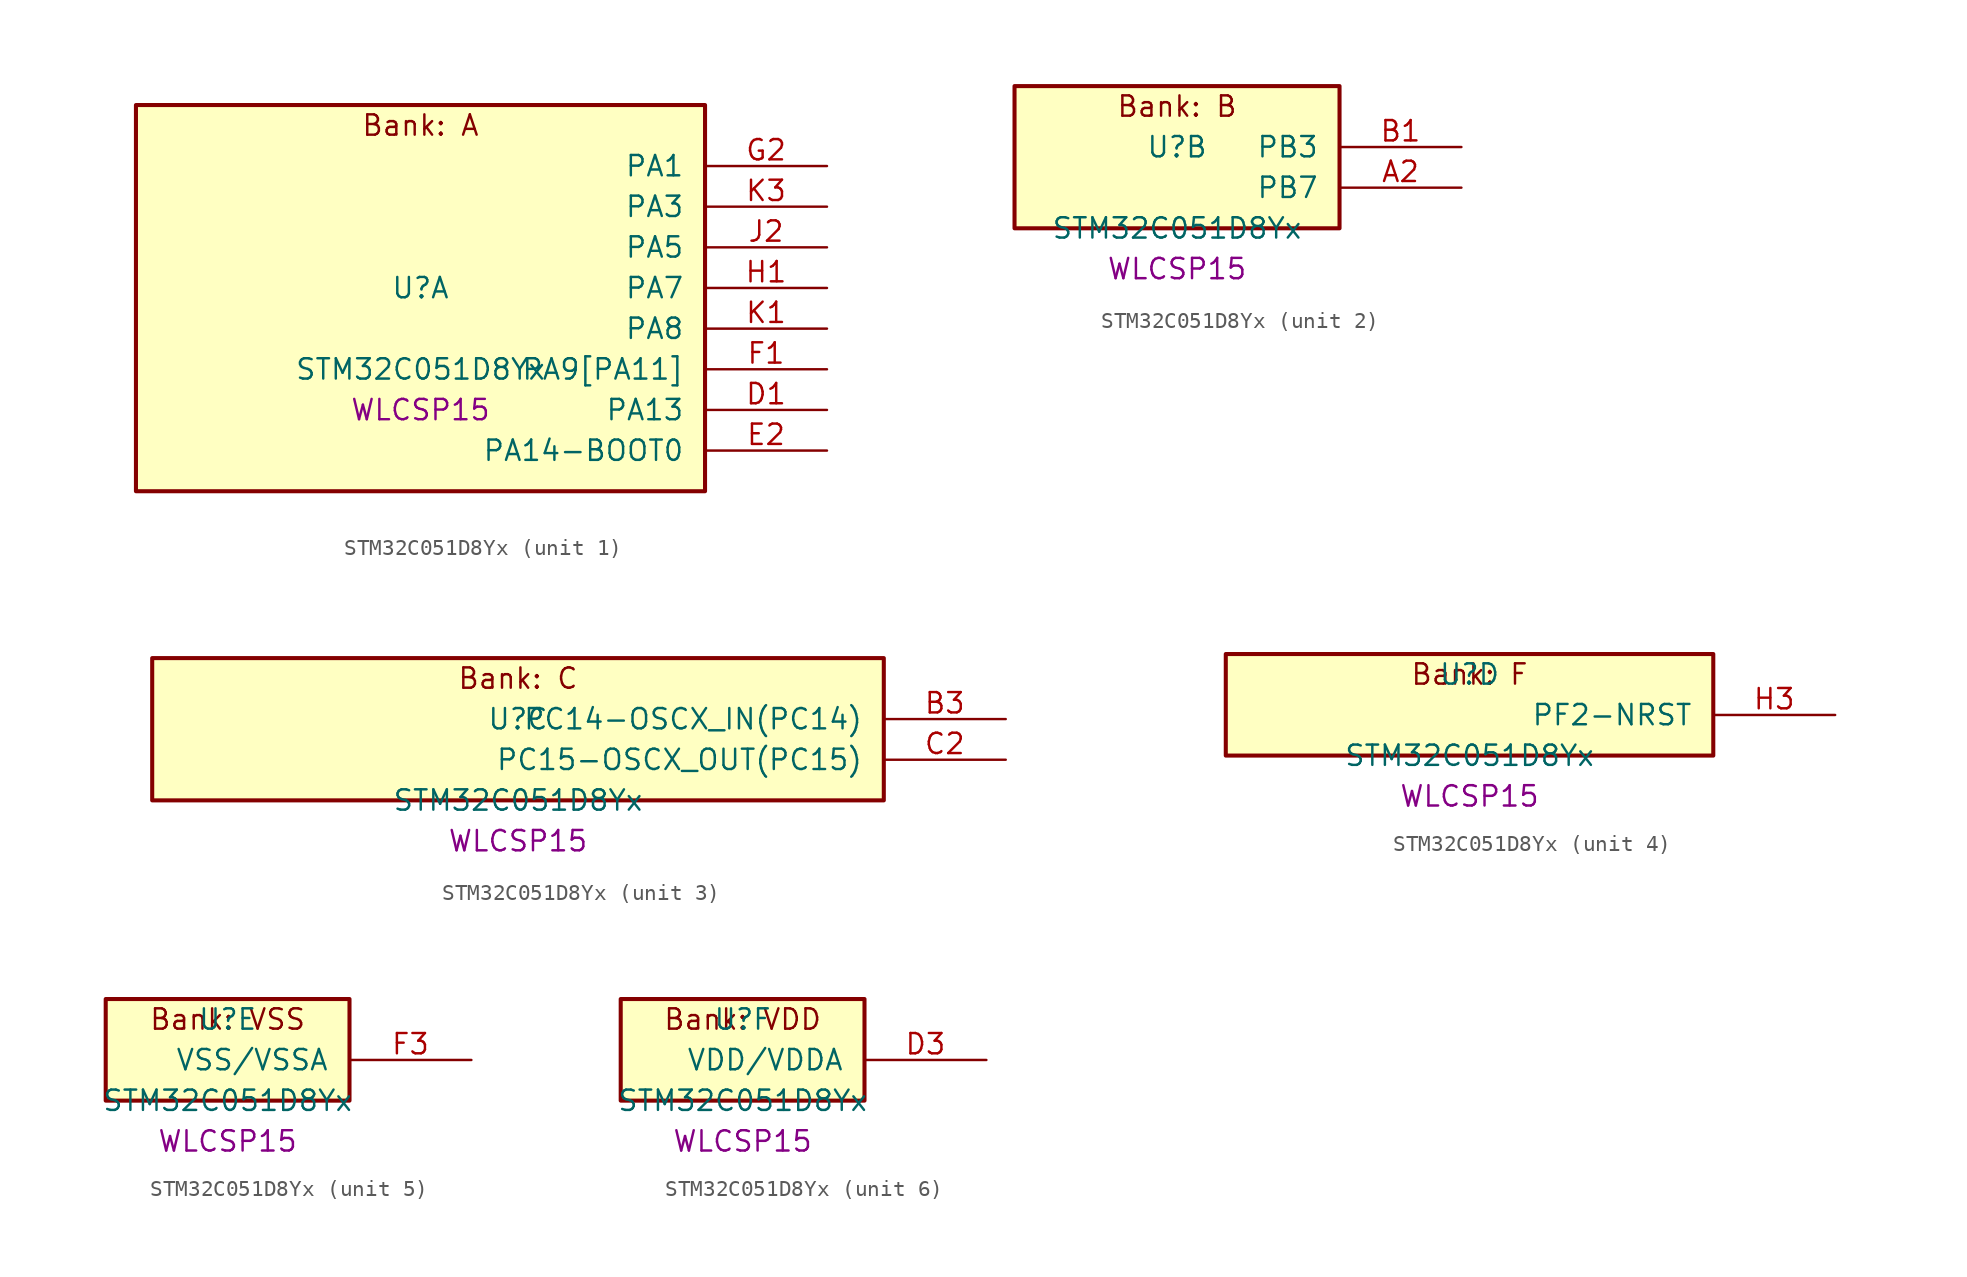
<source format=kicad_sym>
(kicad_symbol_lib
  (version 20241209)
  (generator "stm32_pkl_generator")
  (generator_version "1.0")
  (symbol "STM32C051D8Yx"
    (pin_names
      (offset 1.27))
    (property "Reference" "U"
      (at 0 2.54 0))
    (property "Value" "STM32C051D8Yx"
      (at 0 -2.54 0))
    (property "Footprint" "WLCSP15"
      (at 0 -5.08 0))
    (symbol "STM32C051D8Yx_1_1"
      (rectangle (start -17.78 13.97) (end 17.78 -10.16) (stroke (width 0.254) (type solid)) (fill (type background)))
      (text "Bank: A" (at 0 12.7 0))
      (pin bidirectional line (at 25.4 10.16 180) (length 7.62) (name "PA1") (number "G2") (alternate "PA1/ADC1_IN1" bidirectional line) (alternate "PA1/I2C1_SMBA" bidirectional line) (alternate "PA1/I2S1_CK" bidirectional line) (alternate "PA1/SPI1_SCK" bidirectional line) (alternate "PA1/TIM17_CH1" bidirectional line) (alternate "PA1/TIM1_CH2" bidirectional line) (alternate "PA1/TIM2_CH2" bidirectional line) (alternate "PA1/USART1_RX" bidirectional line) (alternate "PA1/USART2_CK" bidirectional line) (alternate "PA1/USART2_DE" bidirectional line) (alternate "PA1/USART2_RTS" bidirectional line) (alternate "PA1/PA2" bidirectional line) (alternate "PA1/ADC1_IN2" bidirectional line) (alternate "PA1/I2S1_SD" bidirectional line) (alternate "PA1/PWR_WKUP4" bidirectional line) (alternate "PA1/RCC_LSCO" bidirectional line) (alternate "PA1/SPI1_MOSI" bidirectional line) (alternate "PA1/TIM16_CH1N" bidirectional line) (alternate "PA1/TIM1_CH3" bidirectional line) (alternate "PA1/TIM2_CH3" bidirectional line) (alternate "PA1/TIM3_ETR" bidirectional line) (alternate "PA1/USART2_TX" bidirectional line))
      (pin bidirectional line (at 25.4 7.62 180) (length 7.62) (name "PA3") (number "K3") (alternate "PA3/ADC1_IN3" bidirectional line) (alternate "PA3/SPI2_MISO" bidirectional line) (alternate "PA3/TIM1_CH1N" bidirectional line) (alternate "PA3/TIM1_CH4" bidirectional line) (alternate "PA3/TIM2_CH4" bidirectional line) (alternate "PA3/USART2_RX" bidirectional line) (alternate "PA3/PA4" bidirectional line) (alternate "PA3/ADC1_IN4" bidirectional line) (alternate "PA3/I2S1_WS" bidirectional line) (alternate "PA3/PWR_WKUP2" bidirectional line) (alternate "PA3/RTC_OUT1" bidirectional line) (alternate "PA3/RTC_TS" bidirectional line) (alternate "PA3/SPI1_NSS" bidirectional line) (alternate "PA3/SPI2_MOSI" bidirectional line) (alternate "PA3/TIM14_CH1" bidirectional line) (alternate "PA3/TIM17_CH1N" bidirectional line) (alternate "PA3/TIM1_CH2N" bidirectional line) (alternate "PA3/USART2_TX" bidirectional line))
      (pin bidirectional line (at 25.4 5.08 180) (length 7.62) (name "PA5") (number "J2") (alternate "PA5/ADC1_IN5" bidirectional line) (alternate "PA5/I2S1_CK" bidirectional line) (alternate "PA5/SPI1_SCK" bidirectional line) (alternate "PA5/TIM1_CH1" bidirectional line) (alternate "PA5/TIM1_CH3N" bidirectional line) (alternate "PA5/TIM2_CH1" bidirectional line) (alternate "PA5/TIM2_ETR" bidirectional line) (alternate "PA5/USART2_RX" bidirectional line) (alternate "PA5/PA6" bidirectional line) (alternate "PA5/ADC1_IN6" bidirectional line) (alternate "PA5/I2C2_SDA" bidirectional line) (alternate "PA5/I2S1_MCK" bidirectional line) (alternate "PA5/SPI1_MISO" bidirectional line) (alternate "PA5/TIM16_CH1" bidirectional line) (alternate "PA5/TIM1_BKIN" bidirectional line) (alternate "PA5/TIM3_CH1" bidirectional line) (alternate "PA5/USART1_TX" bidirectional line))
      (pin bidirectional line (at 25.4 2.54 180) (length 7.62) (name "PA7") (number "H1") (alternate "PA7/ADC1_IN7" bidirectional line) (alternate "PA7/I2C2_SCL" bidirectional line) (alternate "PA7/I2S1_SD" bidirectional line) (alternate "PA7/SPI1_MOSI" bidirectional line) (alternate "PA7/TIM14_CH1" bidirectional line) (alternate "PA7/TIM17_CH1" bidirectional line) (alternate "PA7/TIM1_CH1N" bidirectional line) (alternate "PA7/TIM3_CH2" bidirectional line) (alternate "PA7/USART1_RX" bidirectional line) (alternate "PA7/PA10[PA12]" bidirectional line) (alternate "PA7/I2C1_SDA" bidirectional line) (alternate "PA7/I2C2_SDA" bidirectional line) (alternate "PA7/RCC_MCO_2" bidirectional line) (alternate "PA7/SPI2_MOSI" bidirectional line) (alternate "PA7/TIM17_BKIN" bidirectional line) (alternate "PA7/TIM1_CH3" bidirectional line) (alternate "PA7/PA12[PA10]" bidirectional line) (alternate "PA7/ADC1_IN12" bidirectional line) (alternate "PA7/I2S_CKIN" bidirectional line) (alternate "PA7/TIM1_ETR" bidirectional line) (alternate "PA7/USART1_CK" bidirectional line) (alternate "PA7/USART1_DE" bidirectional line) (alternate "PA7/USART1_RTS" bidirectional line))
      (pin bidirectional line (at 25.4 0 180) (length 7.62) (name "PA8") (number "K1") (alternate "PA8/ADC1_IN8" bidirectional line) (alternate "PA8/I2S1_WS" bidirectional line) (alternate "PA8/RCC_MCO" bidirectional line) (alternate "PA8/RCC_MCO_2" bidirectional line) (alternate "PA8/SPI1_NSS" bidirectional line) (alternate "PA8/SPI2_MISO" bidirectional line) (alternate "PA8/SPI2_NSS" bidirectional line) (alternate "PA8/TIM14_CH1" bidirectional line) (alternate "PA8/TIM1_CH1" bidirectional line) (alternate "PA8/TIM1_CH2N" bidirectional line) (alternate "PA8/TIM1_CH3N" bidirectional line) (alternate "PA8/TIM3_CH3" bidirectional line) (alternate "PA8/TIM3_CH4" bidirectional line) (alternate "PA8/USART1_RX" bidirectional line) (alternate "PA8/USART2_TX" bidirectional line))
      (pin bidirectional line (at 25.4 -2.54 180) (length 7.62) (name "PA9[PA11]") (number "F1") (alternate "PA9[PA11]/I2C1_SCL" bidirectional line) (alternate "PA9[PA11]/I2C2_SCL" bidirectional line) (alternate "PA9[PA11]/RCC_MCO" bidirectional line) (alternate "PA9[PA11]/SPI2_MISO" bidirectional line) (alternate "PA9[PA11]/TIM1_CH2" bidirectional line) (alternate "PA9[PA11]/TIM3_ETR" bidirectional line) (alternate "PA9[PA11]/USART1_TX" bidirectional line) (alternate "PA9[PA11]/PA11[PA9]" bidirectional line) (alternate "PA9[PA11]/ADC1_EXTI11" bidirectional line) (alternate "PA9[PA11]/ADC1_IN11" bidirectional line) (alternate "PA9[PA11]/I2S1_MCK" bidirectional line) (alternate "PA9[PA11]/SPI1_MISO" bidirectional line) (alternate "PA9[PA11]/TIM1_BKIN2" bidirectional line) (alternate "PA9[PA11]/TIM1_CH4" bidirectional line) (alternate "PA9[PA11]/USART1_CTS" bidirectional line) (alternate "PA9[PA11]/USART1_NSS" bidirectional line))
      (pin bidirectional line (at 25.4 -5.08 180) (length 7.62) (name "PA13") (number "D1") (alternate "PA13/ADC1_IN13" bidirectional line) (alternate "PA13/DEBUG_SWDIO" bidirectional line) (alternate "PA13/IR_OUT" bidirectional line) (alternate "PA13/TIM3_ETR" bidirectional line) (alternate "PA13/USART2_RX" bidirectional line))
      (pin bidirectional line (at 25.4 -7.62 180) (length 7.62) (name "PA14-BOOT0") (number "E2") (alternate "PA14-BOOT0/ADC1_IN14" bidirectional line) (alternate "PA14-BOOT0/BOOT0" bidirectional line) (alternate "PA14-BOOT0/DEBUG_SWCLK" bidirectional line) (alternate "PA14-BOOT0/I2S1_WS" bidirectional line) (alternate "PA14-BOOT0/RCC_MCO_2" bidirectional line) (alternate "PA14-BOOT0/SPI1_NSS" bidirectional line) (alternate "PA14-BOOT0/TIM1_CH1" bidirectional line) (alternate "PA14-BOOT0/USART1_CK" bidirectional line) (alternate "PA14-BOOT0/USART1_DE" bidirectional line) (alternate "PA14-BOOT0/USART1_RTS" bidirectional line) (alternate "PA14-BOOT0/USART2_RX" bidirectional line) (alternate "PA14-BOOT0/USART2_TX" bidirectional line) (alternate "PA14-BOOT0/PA15" bidirectional line) (alternate "PA14-BOOT0/TIM2_CH1" bidirectional line) (alternate "PA14-BOOT0/TIM2_ETR" bidirectional line)))
    (symbol "STM32C051D8Yx_2_1"
      (rectangle (start -10.16 6.35) (end 10.16 -2.54) (stroke (width 0.254) (type solid)) (fill (type background)))
      (text "Bank: B" (at 0 5.08 0))
      (pin bidirectional line (at 17.78 2.54 180) (length 7.62) (name "PB3") (number "B1") (alternate "PB3/I2C2_SCL" bidirectional line) (alternate "PB3/I2S1_CK" bidirectional line) (alternate "PB3/SPI1_SCK" bidirectional line) (alternate "PB3/TIM1_CH2" bidirectional line) (alternate "PB3/TIM2_CH2" bidirectional line) (alternate "PB3/TIM3_CH2" bidirectional line) (alternate "PB3/USART1_CK" bidirectional line) (alternate "PB3/USART1_DE" bidirectional line) (alternate "PB3/USART1_RTS" bidirectional line) (alternate "PB3/PB4" bidirectional line) (alternate "PB3/I2C2_SDA" bidirectional line) (alternate "PB3/I2S1_MCK" bidirectional line) (alternate "PB3/SPI1_MISO" bidirectional line) (alternate "PB3/TIM17_BKIN" bidirectional line) (alternate "PB3/TIM3_CH1" bidirectional line) (alternate "PB3/USART1_CTS" bidirectional line) (alternate "PB3/USART1_NSS" bidirectional line) (alternate "PB3/PB5" bidirectional line) (alternate "PB3/I2C1_SMBA" bidirectional line) (alternate "PB3/I2S1_SD" bidirectional line) (alternate "PB3/PWR_WKUP6" bidirectional line) (alternate "PB3/SPI1_MOSI" bidirectional line) (alternate "PB3/TIM16_BKIN" bidirectional line) (alternate "PB3/TIM3_CH3" bidirectional line) (alternate "PB3/PB6" bidirectional line) (alternate "PB3/I2C1_SCL" bidirectional line) (alternate "PB3/PWR_WKUP3" bidirectional line) (alternate "PB3/SPI2_MISO" bidirectional line) (alternate "PB3/TIM16_CH1N" bidirectional line) (alternate "PB3/TIM1_CH3" bidirectional line) (alternate "PB3/USART1_TX" bidirectional line))
      (pin bidirectional line (at 17.78 0 180) (length 7.62) (name "PB7") (number "A2") (alternate "PB7/I2C1_SCL" bidirectional line) (alternate "PB7/I2C1_SDA" bidirectional line) (alternate "PB7/RTC_REFIN" bidirectional line) (alternate "PB7/SPI2_MOSI" bidirectional line) (alternate "PB7/TIM16_CH1" bidirectional line) (alternate "PB7/TIM17_CH1N" bidirectional line) (alternate "PB7/TIM1_CH1" bidirectional line) (alternate "PB7/TIM1_CH4" bidirectional line) (alternate "PB7/TIM3_CH1" bidirectional line) (alternate "PB7/TIM3_CH4" bidirectional line) (alternate "PB7/USART1_RX" bidirectional line) (alternate "PB7/USART2_CTS" bidirectional line) (alternate "PB7/USART2_NSS" bidirectional line) (alternate "PB7/PB8" bidirectional line) (alternate "PB7/SPI2_SCK" bidirectional line)))
    (symbol "STM32C051D8Yx_3_1"
      (rectangle (start -22.86 6.35) (end 22.86 -2.54) (stroke (width 0.254) (type solid)) (fill (type background)))
      (text "Bank: C" (at 0 5.08 0))
      (pin bidirectional line (at 30.48 2.54 180) (length 7.62) (name "PC14-OSCX_IN(PC14)") (number "B3") (alternate "PC14-OSCX_IN(PC14)/I2C1_SDA" bidirectional line) (alternate "PC14-OSCX_IN(PC14)/IR_OUT" bidirectional line) (alternate "PC14-OSCX_IN(PC14)/RCC_OSCX_IN" bidirectional line) (alternate "PC14-OSCX_IN(PC14)/SPI2_NSS" bidirectional line) (alternate "PC14-OSCX_IN(PC14)/TIM17_CH1" bidirectional line) (alternate "PC14-OSCX_IN(PC14)/TIM1_BKIN2" bidirectional line) (alternate "PC14-OSCX_IN(PC14)/TIM1_ETR" bidirectional line) (alternate "PC14-OSCX_IN(PC14)/TIM3_CH2" bidirectional line) (alternate "PC14-OSCX_IN(PC14)/USART1_RX" bidirectional line) (alternate "PC14-OSCX_IN(PC14)/USART1_TX" bidirectional line) (alternate "PC14-OSCX_IN(PC14)/USART2_CK" bidirectional line) (alternate "PC14-OSCX_IN(PC14)/USART2_DE" bidirectional line) (alternate "PC14-OSCX_IN(PC14)/USART2_RTS" bidirectional line))
      (pin bidirectional line (at 30.48 0 180) (length 7.62) (name "PC15-OSCX_OUT(PC15)") (number "C2") (alternate "PC15-OSCX_OUT(PC15)/RCC_OSC32_EN" bidirectional line) (alternate "PC15-OSCX_OUT(PC15)/RCC_OSCX_OUT" bidirectional line) (alternate "PC15-OSCX_OUT(PC15)/RCC_OSC_EN" bidirectional line) (alternate "PC15-OSCX_OUT(PC15)/TIM1_CH2" bidirectional line) (alternate "PC15-OSCX_OUT(PC15)/TIM1_ETR" bidirectional line) (alternate "PC15-OSCX_OUT(PC15)/TIM3_CH3" bidirectional line)))
    (symbol "STM32C051D8Yx_4_1"
      (rectangle (start -15.24 3.81) (end 15.24 -2.54) (stroke (width 0.254) (type solid)) (fill (type background)))
      (text "Bank: F" (at 0 2.54 0))
      (pin bidirectional line (at 22.86 0 180) (length 7.62) (name "PF2-NRST") (number "H3") (alternate "PF2-NRST/RCC_MCO" bidirectional line) (alternate "PF2-NRST/TIM1_CH4" bidirectional line) (alternate "PF2-NRST/PA0" bidirectional line) (alternate "PF2-NRST/ADC1_IN0" bidirectional line) (alternate "PF2-NRST/PWR_WKUP1" bidirectional line) (alternate "PF2-NRST/SPI2_SCK" bidirectional line) (alternate "PF2-NRST/TIM16_CH1" bidirectional line) (alternate "PF2-NRST/TIM1_CH1" bidirectional line) (alternate "PF2-NRST/TIM2_CH1" bidirectional line) (alternate "PF2-NRST/TIM2_ETR" bidirectional line) (alternate "PF2-NRST/USART1_TX" bidirectional line) (alternate "PF2-NRST/USART2_CTS" bidirectional line) (alternate "PF2-NRST/USART2_NSS" bidirectional line)))
    (symbol "STM32C051D8Yx_5_1"
      (rectangle (start -7.62 3.81) (end 7.62 -2.54) (stroke (width 0.254) (type solid)) (fill (type background)))
      (text "Bank: VSS" (at 0 2.54 0))
      (pin power_in line (at 15.24 0 180) (length 7.62) (name "VSS/VSSA") (number "F3")))
    (symbol "STM32C051D8Yx_6_1"
      (rectangle (start -7.62 3.81) (end 7.62 -2.54) (stroke (width 0.254) (type solid)) (fill (type background)))
      (text "Bank: VDD" (at 0 2.54 0))
      (pin power_in line (at 15.24 0 180) (length 7.62) (name "VDD/VDDA") (number "D3")))))
</source>
